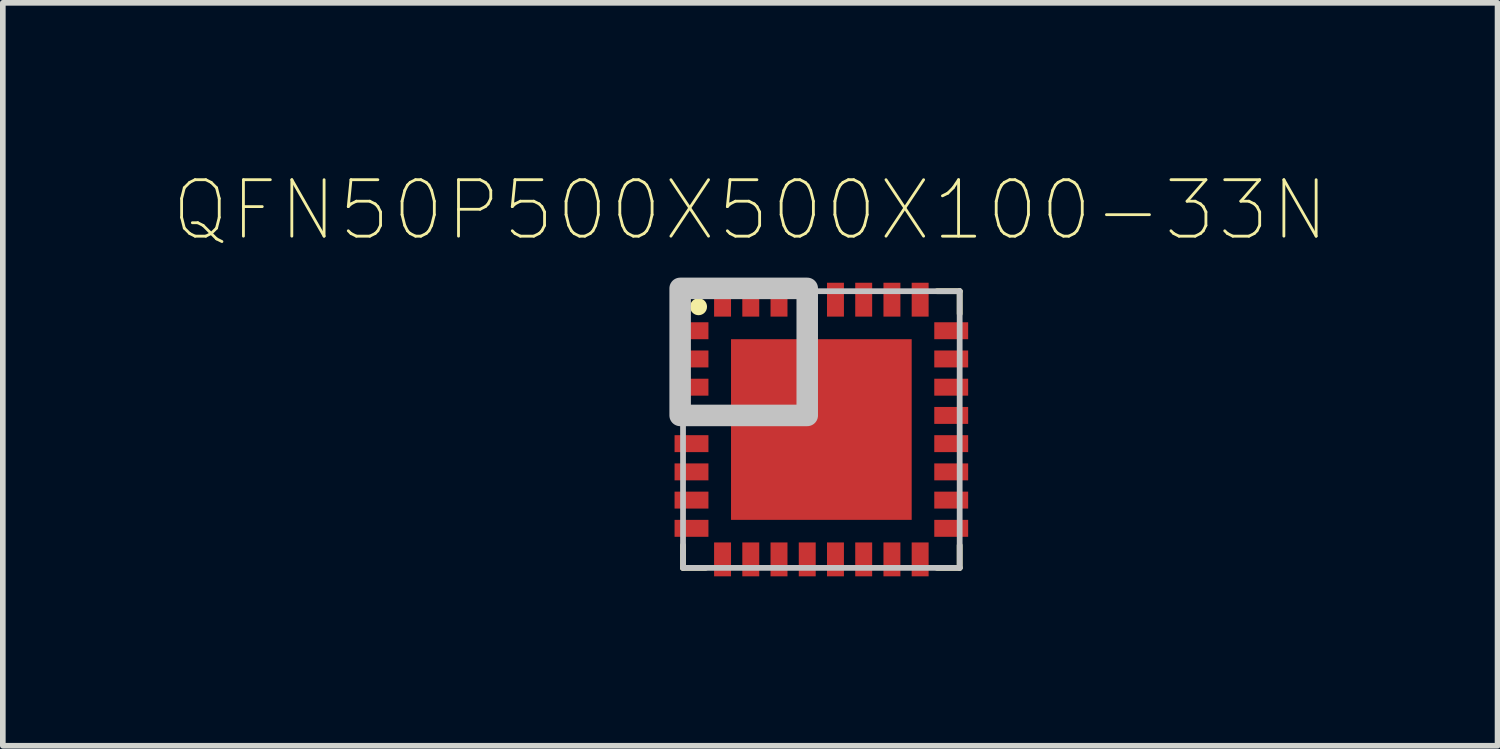
<source format=kicad_pcb>
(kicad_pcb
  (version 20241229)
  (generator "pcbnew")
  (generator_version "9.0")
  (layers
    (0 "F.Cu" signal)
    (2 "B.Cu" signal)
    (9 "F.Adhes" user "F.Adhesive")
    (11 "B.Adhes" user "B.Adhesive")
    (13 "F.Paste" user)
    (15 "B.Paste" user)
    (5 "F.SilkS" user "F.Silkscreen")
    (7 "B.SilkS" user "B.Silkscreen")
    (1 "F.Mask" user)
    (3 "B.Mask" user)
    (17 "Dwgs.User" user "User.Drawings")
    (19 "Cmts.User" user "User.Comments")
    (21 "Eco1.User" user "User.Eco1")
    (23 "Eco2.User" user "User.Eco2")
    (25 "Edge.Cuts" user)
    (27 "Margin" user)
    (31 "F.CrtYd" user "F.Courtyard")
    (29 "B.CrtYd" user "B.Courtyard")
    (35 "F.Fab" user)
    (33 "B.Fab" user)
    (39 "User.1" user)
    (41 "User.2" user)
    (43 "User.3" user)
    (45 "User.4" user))
  (footprint "QFN50P500X500X100-33N"
    (layer "F.Cu")
    (at 11.498 4.558)
    (property "Reference" "QFN50P500X500X100-33N" (at -1.26 -3.885 0) (layer "F.SilkS") (effects (font (size 1 1) (thickness 0.05))))
    (attr smd)
    (fp_poly (pts (xy -2.55 -1.35) (xy -2.05 -1.35) (xy -2.05 -1.15) (xy -2.55 -1.15)) (stroke (width 0.102) (type solid)) (fill yes) (layer "F.Mask"))
    (fp_poly (pts (xy -2.55 -0.85) (xy -2.05 -0.85) (xy -2.05 -0.65) (xy -2.55 -0.65)) (stroke (width 0.102) (type solid)) (fill yes) (layer "F.Mask"))
    (fp_poly (pts (xy -2.55 -0.35) (xy -2.05 -0.35) (xy -2.05 -0.15) (xy -2.55 -0.15)) (stroke (width 0.102) (type solid)) (fill yes) (layer "F.Mask"))
    (fp_poly (pts (xy -2.55 0.15) (xy -2.05 0.15) (xy -2.05 0.35) (xy -2.55 0.35)) (stroke (width 0.102) (type solid)) (fill yes) (layer "F.Mask"))
    (fp_poly (pts (xy -2.55 0.65) (xy -2.05 0.65) (xy -2.05 0.85) (xy -2.55 0.85)) (stroke (width 0.102) (type solid)) (fill yes) (layer "F.Mask"))
    (fp_poly (pts (xy -2.55 1.15) (xy -2.05 1.15) (xy -2.05 1.35) (xy -2.55 1.35)) (stroke (width 0.102) (type solid)) (fill yes) (layer "F.Mask"))
    (fp_poly (pts (xy -1.35 2.55) (xy -1.35 2.05) (xy -1.15 2.05) (xy -1.15 2.55)) (stroke (width 0.102) (type solid)) (fill yes) (layer "F.Mask"))
    (fp_poly (pts (xy -1.15 -2.55) (xy -1.15 -2.05) (xy -1.35 -2.05) (xy -1.35 -2.55)) (stroke (width 0.102) (type solid)) (fill yes) (layer "F.Mask"))
    (fp_poly (pts (xy -0.85 2.55) (xy -0.85 2.05) (xy -0.65 2.05) (xy -0.65 2.55)) (stroke (width 0.102) (type solid)) (fill yes) (layer "F.Mask"))
    (fp_poly (pts (xy -0.65 -2.55) (xy -0.65 -2.05) (xy -0.85 -2.05) (xy -0.85 -2.55)) (stroke (width 0.102) (type solid)) (fill yes) (layer "F.Mask"))
    (fp_poly (pts (xy -0.35 2.55) (xy -0.35 2.05) (xy -0.15 2.05) (xy -0.15 2.55)) (stroke (width 0.102) (type solid)) (fill yes) (layer "F.Mask"))
    (fp_poly (pts (xy -0.15 -2.55) (xy -0.15 -2.05) (xy -0.35 -2.05) (xy -0.35 -2.55)) (stroke (width 0.102) (type solid)) (fill yes) (layer "F.Mask"))
    (fp_poly (pts (xy 0.15 2.55) (xy 0.15 2.05) (xy 0.35 2.05) (xy 0.35 2.55)) (stroke (width 0.102) (type solid)) (fill yes) (layer "F.Mask"))
    (fp_poly (pts (xy 0.35 -2.55) (xy 0.35 -2.05) (xy 0.15 -2.05) (xy 0.15 -2.55)) (stroke (width 0.102) (type solid)) (fill yes) (layer "F.Mask"))
    (fp_poly (pts (xy 0.65 2.55) (xy 0.65 2.05) (xy 0.85 2.05) (xy 0.85 2.55)) (stroke (width 0.102) (type solid)) (fill yes) (layer "F.Mask"))
    (fp_poly (pts (xy 0.85 -2.55) (xy 0.85 -2.05) (xy 0.65 -2.05) (xy 0.65 -2.55)) (stroke (width 0.102) (type solid)) (fill yes) (layer "F.Mask"))
    (fp_poly (pts (xy 1.15 2.55) (xy 1.15 2.05) (xy 1.35 2.05) (xy 1.35 2.55)) (stroke (width 0.102) (type solid)) (fill yes) (layer "F.Mask"))
    (fp_poly (pts (xy 1.35 -2.55) (xy 1.35 -2.05) (xy 1.15 -2.05) (xy 1.15 -2.55)) (stroke (width 0.102) (type solid)) (fill yes) (layer "F.Mask"))
    (fp_poly (pts (xy 2.55 -1.15) (xy 2.05 -1.15) (xy 2.05 -1.35) (xy 2.55 -1.35)) (stroke (width 0.102) (type solid)) (fill yes) (layer "F.Mask"))
    (fp_poly (pts (xy 2.55 -0.65) (xy 2.05 -0.65) (xy 2.05 -0.85) (xy 2.55 -0.85)) (stroke (width 0.102) (type solid)) (fill yes) (layer "F.Mask"))
    (fp_poly (pts (xy 2.55 -0.15) (xy 2.05 -0.15) (xy 2.05 -0.35) (xy 2.55 -0.35)) (stroke (width 0.102) (type solid)) (fill yes) (layer "F.Mask"))
    (fp_poly (pts (xy 2.55 0.35) (xy 2.05 0.35) (xy 2.05 0.15) (xy 2.55 0.15)) (stroke (width 0.102) (type solid)) (fill yes) (layer "F.Mask"))
    (fp_poly (pts (xy 2.55 0.85) (xy 2.05 0.85) (xy 2.05 0.65) (xy 2.55 0.65)) (stroke (width 0.102) (type solid)) (fill yes) (layer "F.Mask"))
    (fp_poly (pts (xy 2.55 1.35) (xy 2.05 1.35) (xy 2.05 1.15) (xy 2.55 1.15)) (stroke (width 0.102) (type solid)) (fill yes) (layer "F.Mask"))
    (fp_poly (pts (xy -2.55 -1.85) (xy -2.1 -1.85) (xy -2.05 -1.8) (xy -2.05 -1.65) (xy -2.55 -1.65)) (stroke (width 0.102) (type solid)) (fill yes) (layer "F.Mask"))
    (fp_poly (pts (xy -2.55 1.85) (xy -2.1 1.85) (xy -2.05 1.8) (xy -2.05 1.65) (xy -2.55 1.65)) (stroke (width 0.102) (type solid)) (fill yes) (layer "F.Mask"))
    (fp_poly (pts (xy -1.85 -2.55) (xy -1.85 -2.1) (xy -1.8 -2.05) (xy -1.65 -2.05) (xy -1.65 -2.55)) (stroke (width 0.102) (type solid)) (fill yes) (layer "F.Mask"))
    (fp_poly (pts (xy -1.85 2.55) (xy -1.85 2.1) (xy -1.8 2.05) (xy -1.65 2.05) (xy -1.65 2.55)) (stroke (width 0.102) (type solid)) (fill yes) (layer "F.Mask"))
    (fp_poly (pts (xy -1.325 -1.175) (xy -1.175 -1.325) (xy 1.325 -1.325) (xy 1.325 1.325) (xy -1.325 1.325)) (stroke (width 0.5) (type solid)) (fill yes) (layer "F.Mask"))
    (fp_poly (pts (xy 1.85 -2.55) (xy 1.85 -2.1) (xy 1.8 -2.05) (xy 1.65 -2.05) (xy 1.65 -2.55)) (stroke (width 0.102) (type solid)) (fill yes) (layer "F.Mask"))
    (fp_poly (pts (xy 1.85 2.55) (xy 1.85 2.1) (xy 1.8 2.05) (xy 1.65 2.05) (xy 1.65 2.55)) (stroke (width 0.102) (type solid)) (fill yes) (layer "F.Mask"))
    (fp_poly (pts (xy 2.55 -1.85) (xy 2.1 -1.85) (xy 2.05 -1.8) (xy 2.05 -1.65) (xy 2.55 -1.65)) (stroke (width 0.102) (type solid)) (fill yes) (layer "F.Mask"))
    (fp_poly (pts (xy 2.55 1.85) (xy 2.1 1.85) (xy 2.05 1.8) (xy 2.05 1.65) (xy 2.55 1.65)) (stroke (width 0.102) (type solid)) (fill yes) (layer "F.Mask"))
    (fp_line (start -2.45 -2.45) (end -2.05 -2.45) (stroke (width 0.102) (type solid)) (layer "F.SilkS"))
    (fp_line (start -2.45 -2.05) (end -2.45 -2.45) (stroke (width 0.102) (type solid)) (layer "F.SilkS"))
    (fp_line (start -2.45 2.45) (end -2.45 2.05) (stroke (width 0.102) (type solid)) (layer "F.SilkS"))
    (fp_line (start -2.05 2.45) (end -2.45 2.45) (stroke (width 0.102) (type solid)) (layer "F.SilkS"))
    (fp_line (start 2.05 -2.45) (end 2.45 -2.45) (stroke (width 0.102) (type solid)) (layer "F.SilkS"))
    (fp_line (start 2.45 -2.45) (end 2.45 -2.05) (stroke (width 0.102) (type solid)) (layer "F.SilkS"))
    (fp_line (start 2.45 2.05) (end 2.45 2.45) (stroke (width 0.102) (type solid)) (layer "F.SilkS"))
    (fp_line (start 2.45 2.45) (end 2.05 2.45) (stroke (width 0.102) (type solid)) (layer "F.SilkS"))
    (fp_circle (center -2.175 -2.175) (end -2.025 -2.175) (stroke (width 0) (type solid)) (fill yes) (layer "F.SilkS"))
    (fp_poly (pts (xy -2.525 -1.325) (xy -2.075 -1.325) (xy -2.075 -1.175) (xy -2.525 -1.175)) (stroke (width 0.102) (type solid)) (fill yes) (layer "F.Paste"))
    (fp_poly (pts (xy -2.525 -0.825) (xy -2.075 -0.825) (xy -2.075 -0.675) (xy -2.525 -0.675)) (stroke (width 0.102) (type solid)) (fill yes) (layer "F.Paste"))
    (fp_poly (pts (xy -2.525 -0.325) (xy -2.075 -0.325) (xy -2.075 -0.175) (xy -2.525 -0.175)) (stroke (width 0.102) (type solid)) (fill yes) (layer "F.Paste"))
    (fp_poly (pts (xy -2.525 0.175) (xy -2.075 0.175) (xy -2.075 0.325) (xy -2.525 0.325)) (stroke (width 0.102) (type solid)) (fill yes) (layer "F.Paste"))
    (fp_poly (pts (xy -2.525 0.675) (xy -2.075 0.675) (xy -2.075 0.825) (xy -2.525 0.825)) (stroke (width 0.102) (type solid)) (fill yes) (layer "F.Paste"))
    (fp_poly (pts (xy -2.525 1.175) (xy -2.075 1.175) (xy -2.075 1.325) (xy -2.525 1.325)) (stroke (width 0.102) (type solid)) (fill yes) (layer "F.Paste"))
    (fp_poly (pts (xy -1.325 2.525) (xy -1.325 2.075) (xy -1.175 2.075) (xy -1.175 2.525)) (stroke (width 0.102) (type solid)) (fill yes) (layer "F.Paste"))
    (fp_poly (pts (xy -1.302 -1.4) (xy -0.7 -1.4) (xy -0.7 -1.102) (xy -1.302 -1.102)) (stroke (width 0.381) (type solid)) (fill yes) (layer "F.Paste"))
    (fp_poly (pts (xy -1.302 -0.4) (xy -0.7 -0.4) (xy -0.7 -0.1) (xy -1.302 -0.1)) (stroke (width 0.381) (type solid)) (fill yes) (layer "F.Paste"))
    (fp_poly (pts (xy -1.301 0.6) (xy -0.7 0.6) (xy -0.7 0.901) (xy -1.301 0.901)) (stroke (width 0.381) (type solid)) (fill yes) (layer "F.Paste"))
    (fp_poly (pts (xy -1.301 1.1) (xy -0.7 1.1) (xy -0.7 1.401) (xy -1.301 1.401)) (stroke (width 0.381) (type solid)) (fill yes) (layer "F.Paste"))
    (fp_poly (pts (xy -1.301 -0.9) (xy -0.7 -0.9) (xy -0.7 -0.6) (xy -1.301 -0.6)) (stroke (width 0.381) (type solid)) (fill yes) (layer "F.Paste"))
    (fp_poly (pts (xy -1.301 0.1) (xy -0.7 0.1) (xy -0.7 0.4) (xy -1.301 0.4)) (stroke (width 0.381) (type solid)) (fill yes) (layer "F.Paste"))
    (fp_poly (pts (xy -1.175 -2.525) (xy -1.175 -2.075) (xy -1.325 -2.075) (xy -1.325 -2.525)) (stroke (width 0.102) (type solid)) (fill yes) (layer "F.Paste"))
    (fp_poly (pts (xy -0.825 2.525) (xy -0.825 2.075) (xy -0.675 2.075) (xy -0.675 2.525)) (stroke (width 0.102) (type solid)) (fill yes) (layer "F.Paste"))
    (fp_poly (pts (xy -0.675 -2.525) (xy -0.675 -2.075) (xy -0.825 -2.075) (xy -0.825 -2.525)) (stroke (width 0.102) (type solid)) (fill yes) (layer "F.Paste"))
    (fp_poly (pts (xy -0.325 2.525) (xy -0.325 2.075) (xy -0.175 2.075) (xy -0.175 2.525)) (stroke (width 0.102) (type solid)) (fill yes) (layer "F.Paste"))
    (fp_poly (pts (xy -0.3 -0.9) (xy 0.3 -0.9) (xy 0.3 -0.601) (xy -0.3 -0.601)) (stroke (width 0.381) (type solid)) (fill yes) (layer "F.Paste"))
    (fp_poly (pts (xy -0.3 0.1) (xy 0.3 0.1) (xy 0.3 0.401) (xy -0.3 0.401)) (stroke (width 0.381) (type solid)) (fill yes) (layer "F.Paste"))
    (fp_poly (pts (xy -0.3 0.6) (xy 0.3 0.6) (xy 0.3 0.901) (xy -0.3 0.901)) (stroke (width 0.381) (type solid)) (fill yes) (layer "F.Paste"))
    (fp_poly (pts (xy -0.3 1.1) (xy 0.3 1.1) (xy 0.3 1.402) (xy -0.3 1.402)) (stroke (width 0.381) (type solid)) (fill yes) (layer "F.Paste"))
    (fp_poly (pts (xy -0.3 -0.4) (xy 0.3 -0.4) (xy 0.3 -0.1) (xy -0.3 -0.1)) (stroke (width 0.381) (type solid)) (fill yes) (layer "F.Paste"))
    (fp_poly (pts (xy -0.3 -1.4) (xy 0.3 -1.4) (xy 0.3 -1.1) (xy -0.3 -1.1)) (stroke (width 0.381) (type solid)) (fill yes) (layer "F.Paste"))
    (fp_poly (pts (xy -0.175 -2.525) (xy -0.175 -2.075) (xy -0.325 -2.075) (xy -0.325 -2.525)) (stroke (width 0.102) (type solid)) (fill yes) (layer "F.Paste"))
    (fp_poly (pts (xy 0.175 2.525) (xy 0.175 2.075) (xy 0.325 2.075) (xy 0.325 2.525)) (stroke (width 0.102) (type solid)) (fill yes) (layer "F.Paste"))
    (fp_poly (pts (xy 0.325 -2.525) (xy 0.325 -2.075) (xy 0.175 -2.075) (xy 0.175 -2.525)) (stroke (width 0.102) (type solid)) (fill yes) (layer "F.Paste"))
    (fp_poly (pts (xy 0.675 2.525) (xy 0.675 2.075) (xy 0.825 2.075) (xy 0.825 2.525)) (stroke (width 0.102) (type solid)) (fill yes) (layer "F.Paste"))
    (fp_poly (pts (xy 0.7 -1.4) (xy 1.3 -1.4) (xy 1.3 -1.1) (xy 0.7 -1.1)) (stroke (width 0.381) (type solid)) (fill yes) (layer "F.Paste"))
    (fp_poly (pts (xy 0.7 0.1) (xy 1.3 0.1) (xy 1.3 0.4) (xy 0.7 0.4)) (stroke (width 0.381) (type solid)) (fill yes) (layer "F.Paste"))
    (fp_poly (pts (xy 0.7 0.6) (xy 1.3 0.6) (xy 1.3 0.901) (xy 0.7 0.901)) (stroke (width 0.381) (type solid)) (fill yes) (layer "F.Paste"))
    (fp_poly (pts (xy 0.701 -0.9) (xy 1.3 -0.9) (xy 1.3 -0.601) (xy 0.701 -0.601)) (stroke (width 0.381) (type solid)) (fill yes) (layer "F.Paste"))
    (fp_poly (pts (xy 0.701 1.1) (xy 1.3 1.1) (xy 1.3 1.402) (xy 0.701 1.402)) (stroke (width 0.381) (type solid)) (fill yes) (layer "F.Paste"))
    (fp_poly (pts (xy 0.701 -0.4) (xy 1.3 -0.4) (xy 1.3 -0.1) (xy 0.701 -0.1)) (stroke (width 0.381) (type solid)) (fill yes) (layer "F.Paste"))
    (fp_poly (pts (xy 0.825 -2.525) (xy 0.825 -2.075) (xy 0.675 -2.075) (xy 0.675 -2.525)) (stroke (width 0.102) (type solid)) (fill yes) (layer "F.Paste"))
    (fp_poly (pts (xy 1.175 2.525) (xy 1.175 2.075) (xy 1.325 2.075) (xy 1.325 2.525)) (stroke (width 0.102) (type solid)) (fill yes) (layer "F.Paste"))
    (fp_poly (pts (xy 1.325 -2.525) (xy 1.325 -2.075) (xy 1.175 -2.075) (xy 1.175 -2.525)) (stroke (width 0.102) (type solid)) (fill yes) (layer "F.Paste"))
    (fp_poly (pts (xy 2.525 -1.175) (xy 2.075 -1.175) (xy 2.075 -1.325) (xy 2.525 -1.325)) (stroke (width 0.102) (type solid)) (fill yes) (layer "F.Paste"))
    (fp_poly (pts (xy 2.525 -0.675) (xy 2.075 -0.675) (xy 2.075 -0.825) (xy 2.525 -0.825)) (stroke (width 0.102) (type solid)) (fill yes) (layer "F.Paste"))
    (fp_poly (pts (xy 2.525 -0.175) (xy 2.075 -0.175) (xy 2.075 -0.325) (xy 2.525 -0.325)) (stroke (width 0.102) (type solid)) (fill yes) (layer "F.Paste"))
    (fp_poly (pts (xy 2.525 0.325) (xy 2.075 0.325) (xy 2.075 0.175) (xy 2.525 0.175)) (stroke (width 0.102) (type solid)) (fill yes) (layer "F.Paste"))
    (fp_poly (pts (xy 2.525 0.825) (xy 2.075 0.825) (xy 2.075 0.675) (xy 2.525 0.675)) (stroke (width 0.102) (type solid)) (fill yes) (layer "F.Paste"))
    (fp_poly (pts (xy 2.525 1.325) (xy 2.075 1.325) (xy 2.075 1.175) (xy 2.525 1.175)) (stroke (width 0.102) (type solid)) (fill yes) (layer "F.Paste"))
    (fp_poly (pts (xy -2.525 -1.825) (xy -2.125 -1.825) (xy -2.075 -1.775) (xy -2.075 -1.675) (xy -2.525 -1.675)) (stroke (width 0.102) (type solid)) (fill yes) (layer "F.Paste"))
    (fp_poly (pts (xy -2.525 1.825) (xy -2.125 1.825) (xy -2.075 1.775) (xy -2.075 1.675) (xy -2.525 1.675)) (stroke (width 0.102) (type solid)) (fill yes) (layer "F.Paste"))
    (fp_poly (pts (xy -1.825 -2.525) (xy -1.825 -2.125) (xy -1.775 -2.075) (xy -1.675 -2.075) (xy -1.675 -2.525)) (stroke (width 0.102) (type solid)) (fill yes) (layer "F.Paste"))
    (fp_poly (pts (xy -1.825 2.525) (xy -1.825 2.125) (xy -1.775 2.075) (xy -1.675 2.075) (xy -1.675 2.525)) (stroke (width 0.102) (type solid)) (fill yes) (layer "F.Paste"))
    (fp_poly (pts (xy 1.825 -2.525) (xy 1.825 -2.125) (xy 1.775 -2.075) (xy 1.675 -2.075) (xy 1.675 -2.525)) (stroke (width 0.102) (type solid)) (fill yes) (layer "F.Paste"))
    (fp_poly (pts (xy 1.825 2.525) (xy 1.825 2.125) (xy 1.775 2.075) (xy 1.675 2.075) (xy 1.675 2.525)) (stroke (width 0.102) (type solid)) (fill yes) (layer "F.Paste"))
    (fp_poly (pts (xy 2.525 -1.825) (xy 2.125 -1.825) (xy 2.075 -1.775) (xy 2.075 -1.675) (xy 2.525 -1.675)) (stroke (width 0.102) (type solid)) (fill yes) (layer "F.Paste"))
    (fp_poly (pts (xy 2.525 1.825) (xy 2.125 1.825) (xy 2.075 1.775) (xy 2.075 1.675) (xy 2.525 1.675)) (stroke (width 0.102) (type solid)) (fill yes) (layer "F.Paste"))
    (fp_line (start -2.45 -2.45) (end 2.45 -2.45) (stroke (width 0.102) (type solid)) (layer "Dwgs.User"))
    (fp_line (start -2.45 2.45) (end -2.45 -2.45) (stroke (width 0.102) (type solid)) (layer "Dwgs.User"))
    (fp_line (start 2.45 -2.45) (end 2.45 2.45) (stroke (width 0.102) (type solid)) (layer "Dwgs.User"))
    (fp_line (start 2.45 2.45) (end -2.45 2.45) (stroke (width 0.102) (type solid)) (layer "Dwgs.User"))
    (fp_poly (pts (xy -2.501 -2.5) (xy -0.25 -2.5) (xy -0.25 -0.25) (xy -2.501 -0.25)) (stroke (width 0.381) (type solid)) (fill no) (layer "Dwgs.User"))
    (pad "1" smd rect (at -2.3 -1.75) (size 0.6 0.3) (layers "F.Cu" "F.Mask" "F.Paste"))
    (pad "2" smd rect (at -2.3 -1.25) (size 0.6 0.3) (layers "F.Cu" "F.Mask" "F.Paste"))
    (pad "3" smd rect (at -2.3 -0.75) (size 0.6 0.3) (layers "F.Cu" "F.Mask" "F.Paste"))
    (pad "4" smd rect (at -2.3 -0.25) (size 0.6 0.3) (layers "F.Cu" "F.Mask" "F.Paste"))
    (pad "5" smd rect (at -2.3 0.25) (size 0.6 0.3) (layers "F.Cu" "F.Mask" "F.Paste"))
    (pad "6" smd rect (at -2.3 0.75) (size 0.6 0.3) (layers "F.Cu" "F.Mask" "F.Paste"))
    (pad "7" smd rect (at -2.3 1.25) (size 0.6 0.3) (layers "F.Cu" "F.Mask" "F.Paste"))
    (pad "8" smd rect (at -2.3 1.75) (size 0.6 0.3) (layers "F.Cu" "F.Mask" "F.Paste"))
    (pad "9" smd rect (at -1.75 2.3 90) (size 0.6 0.3) (layers "F.Cu" "F.Mask" "F.Paste"))
    (pad "10" smd rect (at -1.25 2.3 90) (size 0.6 0.3) (layers "F.Cu" "F.Mask" "F.Paste"))
    (pad "11" smd rect (at -0.75 2.3 90) (size 0.6 0.3) (layers "F.Cu" "F.Mask" "F.Paste"))
    (pad "12" smd rect (at -0.25 2.3 90) (size 0.6 0.3) (layers "F.Cu" "F.Mask" "F.Paste"))
    (pad "13" smd rect (at 0.25 2.3 90) (size 0.6 0.3) (layers "F.Cu" "F.Mask" "F.Paste"))
    (pad "14" smd rect (at 0.75 2.3 90) (size 0.6 0.3) (layers "F.Cu" "F.Mask" "F.Paste"))
    (pad "15" smd rect (at 1.25 2.3 90) (size 0.6 0.3) (layers "F.Cu" "F.Mask" "F.Paste"))
    (pad "16" smd rect (at 1.75 2.3 90) (size 0.6 0.3) (layers "F.Cu" "F.Mask" "F.Paste"))
    (pad "17" smd rect (at 2.3 1.75 180) (size 0.6 0.3) (layers "F.Cu" "F.Mask" "F.Paste"))
    (pad "18" smd rect (at 2.3 1.25 180) (size 0.6 0.3) (layers "F.Cu" "F.Mask" "F.Paste"))
    (pad "19" smd rect (at 2.3 0.75 180) (size 0.6 0.3) (layers "F.Cu" "F.Mask" "F.Paste"))
    (pad "20" smd rect (at 2.3 0.25 180) (size 0.6 0.3) (layers "F.Cu" "F.Mask" "F.Paste"))
    (pad "21" smd rect (at 2.3 -0.25 180) (size 0.6 0.3) (layers "F.Cu" "F.Mask" "F.Paste"))
    (pad "22" smd rect (at 2.3 -0.75 180) (size 0.6 0.3) (layers "F.Cu" "F.Mask" "F.Paste"))
    (pad "23" smd rect (at 2.3 -1.25 180) (size 0.6 0.3) (layers "F.Cu" "F.Mask" "F.Paste"))
    (pad "24" smd rect (at 2.3 -1.75 180) (size 0.6 0.3) (layers "F.Cu" "F.Mask" "F.Paste"))
    (pad "25" smd rect (at 1.75 -2.3 270) (size 0.6 0.3) (layers "F.Cu" "F.Mask" "F.Paste"))
    (pad "26" smd rect (at 1.25 -2.3 270) (size 0.6 0.3) (layers "F.Cu" "F.Mask" "F.Paste"))
    (pad "27" smd rect (at 0.75 -2.3 270) (size 0.6 0.3) (layers "F.Cu" "F.Mask" "F.Paste"))
    (pad "28" smd rect (at 0.25 -2.3 270) (size 0.6 0.3) (layers "F.Cu" "F.Mask" "F.Paste"))
    (pad "29" smd rect (at -0.25 -2.3 270) (size 0.6 0.3) (layers "F.Cu" "F.Mask" "F.Paste"))
    (pad "30" smd rect (at -0.75 -2.3 270) (size 0.6 0.3) (layers "F.Cu" "F.Mask" "F.Paste"))
    (pad "31" smd rect (at -1.25 -2.3 270) (size 0.6 0.3) (layers "F.Cu" "F.Mask" "F.Paste"))
    (pad "32" smd rect (at -1.75 -2.3 270) (size 0.6 0.3) (layers "F.Cu" "F.Mask" "F.Paste"))
    (pad "EXP" smd rect (at 0 0) (size 3.2 3.2) (layers "F.Cu" "F.Mask" "F.Paste")))
  (gr_rect
    (start -3 -3)
    (end 23.475 10.159)
    (stroke (width 0.1) (type default))
    (fill no)
    (layer "Edge.Cuts")))
</source>
